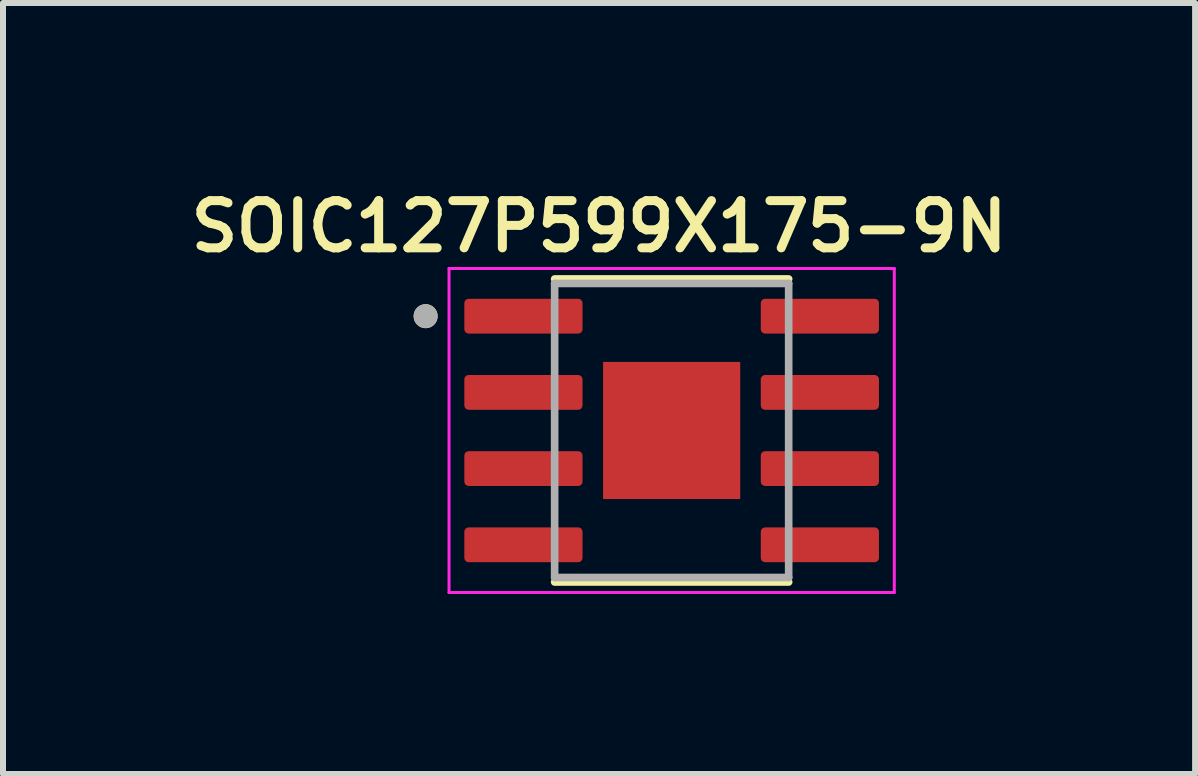
<source format=kicad_pcb>
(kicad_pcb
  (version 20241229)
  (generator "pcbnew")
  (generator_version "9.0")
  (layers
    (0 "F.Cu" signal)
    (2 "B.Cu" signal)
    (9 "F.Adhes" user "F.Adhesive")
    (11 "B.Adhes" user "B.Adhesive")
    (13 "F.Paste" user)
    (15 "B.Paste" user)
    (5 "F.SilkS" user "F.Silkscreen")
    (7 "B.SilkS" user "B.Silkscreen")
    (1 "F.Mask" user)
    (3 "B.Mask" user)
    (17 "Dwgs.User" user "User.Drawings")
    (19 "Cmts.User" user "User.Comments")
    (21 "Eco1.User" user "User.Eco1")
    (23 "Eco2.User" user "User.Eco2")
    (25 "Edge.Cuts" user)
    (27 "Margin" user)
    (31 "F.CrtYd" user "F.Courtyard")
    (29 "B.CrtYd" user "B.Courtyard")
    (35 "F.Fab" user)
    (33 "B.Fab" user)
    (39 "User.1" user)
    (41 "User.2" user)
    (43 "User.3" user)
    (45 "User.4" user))
  (footprint "SOIC127P599X175-9N"
    (layer "F.Cu")
    (at 8.143 4.124)
    (property "Reference" "SOIC127P599X175-9N" (at -1.21 -3.4 0) (layer "F.SilkS") (effects (font (size 0.787 0.787) (thickness 0.15))))
    (attr smd)
    (fp_line (start -1.95 -2.525) (end 1.95 -2.525) (stroke (width 0.127) (type solid)) (layer "F.SilkS"))
    (fp_line (start -1.95 2.525) (end 1.95 2.525) (stroke (width 0.127) (type solid)) (layer "F.SilkS"))
    (fp_circle (center -4.1 -1.905) (end -4 -1.905) (stroke (width 0.2) (type solid)) (fill no) (layer "F.SilkS"))
    (fp_poly (pts (xy -0.86 -0.86) (xy -0.14 -0.86) (xy -0.14 -0.14) (xy -0.86 -0.14)) (stroke (width 0.01) (type solid)) (fill yes) (layer "F.Paste"))
    (fp_poly (pts (xy -0.86 0.14) (xy -0.14 0.14) (xy -0.14 0.86) (xy -0.86 0.86)) (stroke (width 0.01) (type solid)) (fill yes) (layer "F.Paste"))
    (fp_poly (pts (xy 0.14 -0.86) (xy 0.86 -0.86) (xy 0.86 -0.14) (xy 0.14 -0.14)) (stroke (width 0.01) (type solid)) (fill yes) (layer "F.Paste"))
    (fp_poly (pts (xy 0.14 0.14) (xy 0.86 0.14) (xy 0.86 0.86) (xy 0.14 0.86)) (stroke (width 0.01) (type solid)) (fill yes) (layer "F.Paste"))
    (fp_line (start -3.71 -2.7) (end -3.71 2.7) (stroke (width 0.05) (type solid)) (layer "F.CrtYd"))
    (fp_line (start -3.71 -2.7) (end 3.71 -2.7) (stroke (width 0.05) (type solid)) (layer "F.CrtYd"))
    (fp_line (start -3.71 2.7) (end 3.71 2.7) (stroke (width 0.05) (type solid)) (layer "F.CrtYd"))
    (fp_line (start 3.71 -2.7) (end 3.71 2.7) (stroke (width 0.05) (type solid)) (layer "F.CrtYd"))
    (fp_line (start -1.95 -2.45) (end -1.95 2.45) (stroke (width 0.127) (type solid)) (layer "F.Fab"))
    (fp_line (start -1.95 -2.45) (end 1.95 -2.45) (stroke (width 0.127) (type solid)) (layer "F.Fab"))
    (fp_line (start -1.95 2.45) (end 1.95 2.45) (stroke (width 0.127) (type solid)) (layer "F.Fab"))
    (fp_line (start 1.95 -2.45) (end 1.95 2.45) (stroke (width 0.127) (type solid)) (layer "F.Fab"))
    (fp_circle (center -4.1 -1.905) (end -4 -1.905) (stroke (width 0.2) (type solid)) (fill no) (layer "F.Fab"))
    (pad "1" smd roundrect (at -2.47 -1.905) (size 1.97 0.58) (layers "F.Cu" "F.Mask" "F.Paste") (roundrect_rratio 0.125))
    (pad "2" smd roundrect (at -2.47 -0.635) (size 1.97 0.58) (layers "F.Cu" "F.Mask" "F.Paste") (roundrect_rratio 0.125))
    (pad "3" smd roundrect (at -2.47 0.635) (size 1.97 0.58) (layers "F.Cu" "F.Mask" "F.Paste") (roundrect_rratio 0.125))
    (pad "4" smd roundrect (at -2.47 1.905) (size 1.97 0.58) (layers "F.Cu" "F.Mask" "F.Paste") (roundrect_rratio 0.125))
    (pad "5" smd roundrect (at 2.47 1.905) (size 1.97 0.58) (layers "F.Cu" "F.Mask" "F.Paste") (roundrect_rratio 0.125))
    (pad "6" smd roundrect (at 2.47 0.635) (size 1.97 0.58) (layers "F.Cu" "F.Mask" "F.Paste") (roundrect_rratio 0.125))
    (pad "7" smd roundrect (at 2.47 -0.635) (size 1.97 0.58) (layers "F.Cu" "F.Mask" "F.Paste") (roundrect_rratio 0.125))
    (pad "8" smd roundrect (at 2.47 -1.905) (size 1.97 0.58) (layers "F.Cu" "F.Mask" "F.Paste") (roundrect_rratio 0.125))
    (pad "9" smd rect (at 0 0) (size 2.285 2.285) (layers "F.Cu" "F.Mask")))
  (gr_rect
    (start -3 -3)
    (end 16.866 9.849)
    (stroke (width 0.1) (type default))
    (fill no)
    (layer "Edge.Cuts")))
</source>
